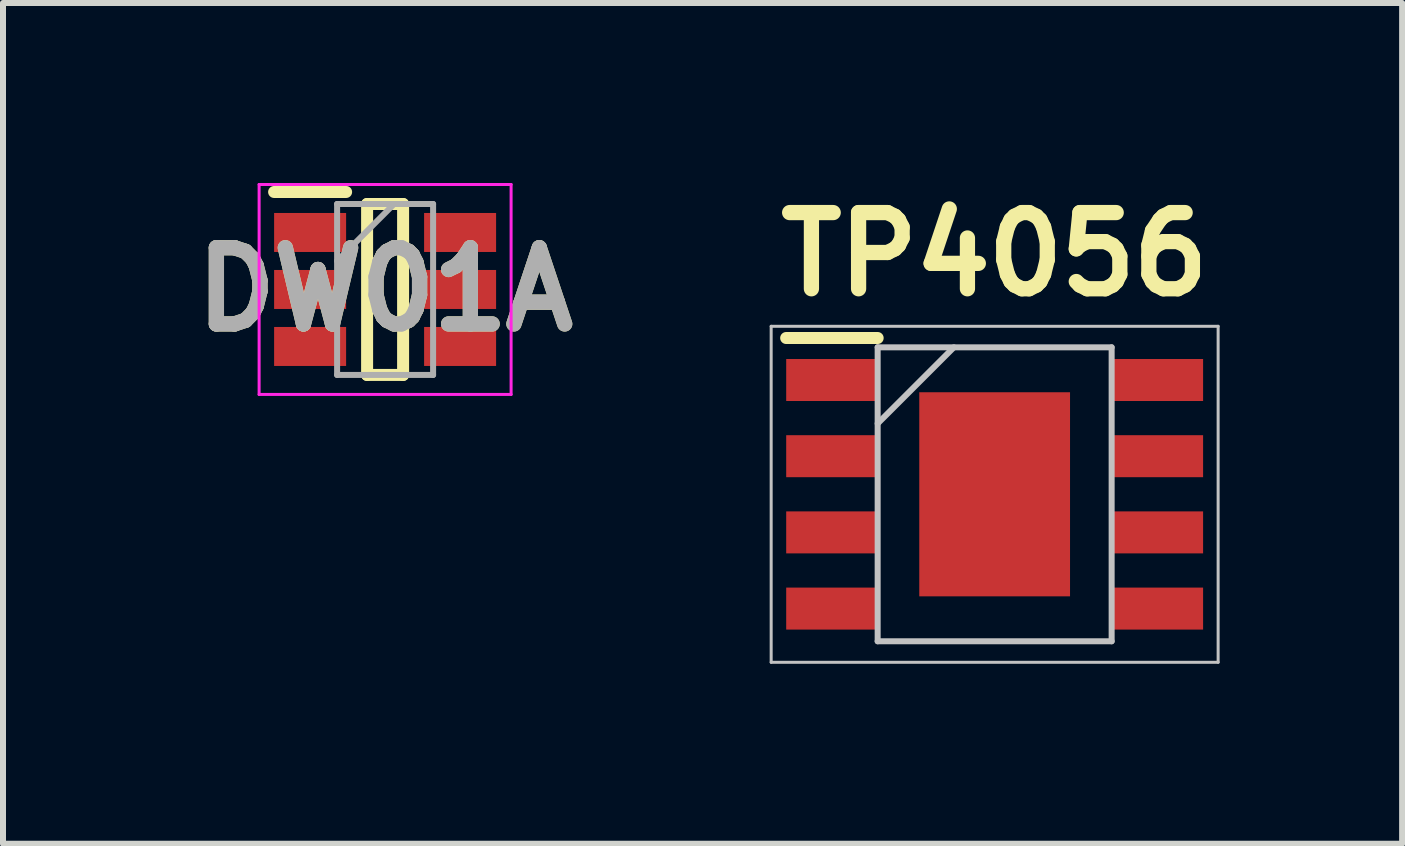
<source format=kicad_pcb>
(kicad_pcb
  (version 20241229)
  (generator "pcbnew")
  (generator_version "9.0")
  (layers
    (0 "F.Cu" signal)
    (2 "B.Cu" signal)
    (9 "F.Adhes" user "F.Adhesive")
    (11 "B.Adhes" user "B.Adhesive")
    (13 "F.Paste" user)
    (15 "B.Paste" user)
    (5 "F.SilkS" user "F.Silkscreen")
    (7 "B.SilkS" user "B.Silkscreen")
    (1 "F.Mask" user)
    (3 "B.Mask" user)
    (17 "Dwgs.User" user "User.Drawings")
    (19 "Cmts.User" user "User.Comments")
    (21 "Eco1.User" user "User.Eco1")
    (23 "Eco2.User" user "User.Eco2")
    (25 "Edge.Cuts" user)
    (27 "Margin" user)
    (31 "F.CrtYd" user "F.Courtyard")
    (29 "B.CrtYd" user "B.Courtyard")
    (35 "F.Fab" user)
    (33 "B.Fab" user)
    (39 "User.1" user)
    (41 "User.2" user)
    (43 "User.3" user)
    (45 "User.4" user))
  (footprint "TP4056"
    (layer "F.Cu")
    (at 13.529 5.189)
    (property "Reference" "TP4056" (at 0 -4 0) (layer "F.SilkS") (effects (font (size 1.27 1.27) (thickness 0.254))))
    (attr smd)
    (fp_line (start -3.475 -2.605) (end -1.95 -2.605) (stroke (width 0.2) (type solid)) (layer "F.SilkS"))
    (fp_line (start -3.725 -2.8) (end 3.725 -2.8) (stroke (width 0.05) (type solid)) (layer "Dwgs.User"))
    (fp_line (start -3.725 2.8) (end -3.725 -2.8) (stroke (width 0.05) (type solid)) (layer "Dwgs.User"))
    (fp_line (start -1.95 -2.45) (end 1.95 -2.45) (stroke (width 0.1) (type solid)) (layer "Dwgs.User"))
    (fp_line (start -1.95 -1.18) (end -0.68 -2.45) (stroke (width 0.1) (type solid)) (layer "Dwgs.User"))
    (fp_line (start -1.95 2.45) (end -1.95 -2.45) (stroke (width 0.1) (type solid)) (layer "Dwgs.User"))
    (fp_line (start 1.95 -2.45) (end 1.95 2.45) (stroke (width 0.1) (type solid)) (layer "Dwgs.User"))
    (fp_line (start 1.95 2.45) (end -1.95 2.45) (stroke (width 0.1) (type solid)) (layer "Dwgs.User"))
    (fp_line (start 3.725 -2.8) (end 3.725 2.8) (stroke (width 0.05) (type solid)) (layer "Dwgs.User"))
    (fp_line (start 3.725 2.8) (end -3.725 2.8) (stroke (width 0.05) (type solid)) (layer "Dwgs.User"))
    (pad "1" smd rect (at -2.712 -1.905 90) (size 0.7 1.525) (layers "F.Cu" "F.Mask" "F.Paste"))
    (pad "2" smd rect (at -2.712 -0.635 90) (size 0.7 1.525) (layers "F.Cu" "F.Mask" "F.Paste"))
    (pad "3" smd rect (at -2.712 0.635 90) (size 0.7 1.525) (layers "F.Cu" "F.Mask" "F.Paste"))
    (pad "4" smd rect (at -2.712 1.905 90) (size 0.7 1.525) (layers "F.Cu" "F.Mask" "F.Paste"))
    (pad "5" smd rect (at 2.712 1.905 90) (size 0.7 1.525) (layers "F.Cu" "F.Mask" "F.Paste"))
    (pad "6" smd rect (at 2.712 0.635 90) (size 0.7 1.525) (layers "F.Cu" "F.Mask" "F.Paste"))
    (pad "7" smd rect (at 2.712 -0.635 90) (size 0.7 1.525) (layers "F.Cu" "F.Mask" "F.Paste"))
    (pad "8" smd rect (at 2.712 -1.905 90) (size 0.7 1.525) (layers "F.Cu" "F.Mask" "F.Paste"))
    (pad "9" smd rect (at 0 0) (size 2.513 3.402) (layers "F.Cu" "F.Mask" "F.Paste")))
  (footprint "DW01A"
    (layer "F.Cu")
    (at 3.369 1.775)
    (property "Reference" "DW01A" (at 0 0 0) (layer "F.SilkS") (effects (font (size 1.27 1.27) (thickness 0.254))))
    (attr smd)
    (fp_line (start -1.85 -1.625) (end -0.65 -1.625) (stroke (width 0.2) (type solid)) (layer "F.SilkS"))
    (fp_line (start -0.3 -1.425) (end 0.3 -1.425) (stroke (width 0.2) (type solid)) (layer "F.SilkS"))
    (fp_line (start -0.3 1.425) (end -0.3 -1.425) (stroke (width 0.2) (type solid)) (layer "F.SilkS"))
    (fp_line (start 0.3 -1.425) (end 0.3 1.425) (stroke (width 0.2) (type solid)) (layer "F.SilkS"))
    (fp_line (start 0.3 1.425) (end -0.3 1.425) (stroke (width 0.2) (type solid)) (layer "F.SilkS"))
    (fp_line (start -2.1 -1.75) (end 2.1 -1.75) (stroke (width 0.05) (type solid)) (layer "F.CrtYd"))
    (fp_line (start -2.1 1.75) (end -2.1 -1.75) (stroke (width 0.05) (type solid)) (layer "F.CrtYd"))
    (fp_line (start 2.1 -1.75) (end 2.1 1.75) (stroke (width 0.05) (type solid)) (layer "F.CrtYd"))
    (fp_line (start 2.1 1.75) (end -2.1 1.75) (stroke (width 0.05) (type solid)) (layer "F.CrtYd"))
    (fp_line (start -0.8 -1.425) (end 0.8 -1.425) (stroke (width 0.1) (type solid)) (layer "F.Fab"))
    (fp_line (start -0.8 -0.475) (end 0.15 -1.425) (stroke (width 0.1) (type solid)) (layer "F.Fab"))
    (fp_line (start -0.8 1.425) (end -0.8 -1.425) (stroke (width 0.1) (type solid)) (layer "F.Fab"))
    (fp_line (start 0.8 -1.425) (end 0.8 1.425) (stroke (width 0.1) (type solid)) (layer "F.Fab"))
    (fp_line (start 0.8 1.425) (end -0.8 1.425) (stroke (width 0.1) (type solid)) (layer "F.Fab"))
    (fp_text user "${REFERENCE}" (at 0 0 0) (layer "F.Fab") (effects (font (size 1.27 1.27) (thickness 0.254))))
    (pad "1" smd rect (at -1.25 -0.95 90) (size 0.65 1.2) (layers "F.Cu" "F.Mask" "F.Paste"))
    (pad "2" smd rect (at -1.25 0 90) (size 0.65 1.2) (layers "F.Cu" "F.Mask" "F.Paste"))
    (pad "3" smd rect (at -1.25 0.95 90) (size 0.65 1.2) (layers "F.Cu" "F.Mask" "F.Paste"))
    (pad "4" smd rect (at 1.25 0.95 90) (size 0.65 1.2) (layers "F.Cu" "F.Mask" "F.Paste"))
    (pad "5" smd rect (at 1.25 0 90) (size 0.65 1.2) (layers "F.Cu" "F.Mask" "F.Paste"))
    (pad "6" smd rect (at 1.25 -0.95 90) (size 0.65 1.2) (layers "F.Cu" "F.Mask" "F.Paste")))
  (gr_rect
    (start -3 -3)
    (end 20.321 11.014)
    (stroke (width 0.1) (type default))
    (fill no)
    (layer "Edge.Cuts")))
</source>
